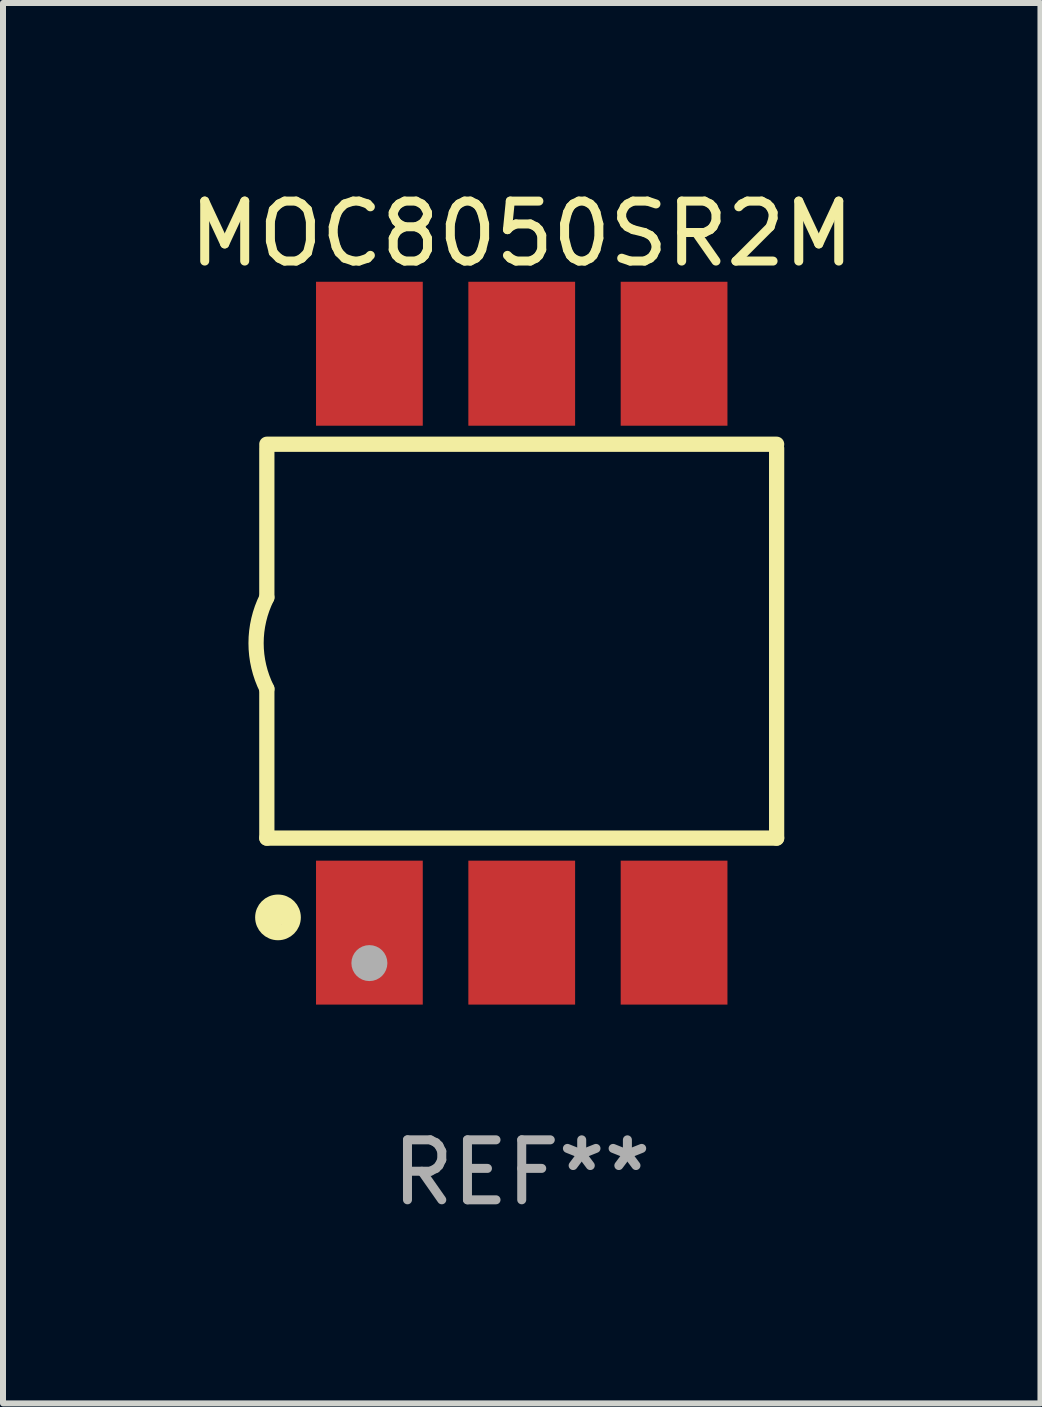
<source format=kicad_pcb>
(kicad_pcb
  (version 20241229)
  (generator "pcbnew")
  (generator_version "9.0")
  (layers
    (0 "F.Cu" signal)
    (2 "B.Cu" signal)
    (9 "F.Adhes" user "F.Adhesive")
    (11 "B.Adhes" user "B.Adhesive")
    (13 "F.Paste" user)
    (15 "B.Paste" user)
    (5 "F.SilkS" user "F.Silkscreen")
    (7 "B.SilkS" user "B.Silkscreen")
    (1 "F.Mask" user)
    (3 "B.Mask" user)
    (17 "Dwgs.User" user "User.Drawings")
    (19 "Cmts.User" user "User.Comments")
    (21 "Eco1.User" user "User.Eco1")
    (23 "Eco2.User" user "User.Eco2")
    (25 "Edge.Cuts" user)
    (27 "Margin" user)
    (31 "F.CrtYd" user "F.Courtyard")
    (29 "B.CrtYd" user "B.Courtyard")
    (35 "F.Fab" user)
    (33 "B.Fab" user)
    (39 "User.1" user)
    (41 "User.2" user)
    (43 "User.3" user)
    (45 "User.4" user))
  (footprint "MOC8050SR2M"
    (layer "F.Cu")
    (at 5.649 7.674)
    (property "Reference" "MOC8050SR2M" (at 0 -6.826 0) (layer "F.SilkS") (effects (font (size 1 1) (thickness 0.15))))
    (attr through_hole)
    (fp_line (start -4.25 -3.317) (end 4.25 -3.317) (stroke (width 0.254) (type solid)) (layer "F.SilkS"))
    (fp_line (start -4.25 -3.25) (end -4.25 -0.762) (stroke (width 0.254) (type solid)) (layer "F.SilkS"))
    (fp_line (start -4.25 3.25) (end -4.25 0.762) (stroke (width 0.254) (type solid)) (layer "F.SilkS"))
    (fp_line (start 4.25 -3.25) (end 4.25 3.25) (stroke (width 0.254) (type solid)) (layer "F.SilkS"))
    (fp_line (start 4.25 3.25) (end -4.25 3.25) (stroke (width 0.254) (type solid)) (layer "F.SilkS"))
    (fp_arc (start -4.249429 0.762001) (mid -4.429513 0.000068) (end -4.250013 -0.762002) (stroke (width 0.254001) (type solid)) (layer "F.SilkS"))
    (fp_circle (center -4.123 4.473) (end -3.996 4.473) (stroke (width 0.254) (type solid)) (fill no) (layer "F.SilkS"))
    (fp_circle (center -4.064 4.572) (end -3.81 4.572) (stroke (width 0.254) (type solid)) (fill no) (layer "F.SilkS"))
    (fp_circle (center -2.54 5.334) (end -2.39 5.334) (stroke (width 0.3) (type solid)) (fill no) (layer "F.Fab"))
    (fp_text user "REF**" (at 0 8.826 0) (layer "F.Fab") (effects (font (size 1 1) (thickness 0.15))))
    (pad "1" smd rect (at -2.54 4.826) (size 1.78 2.4) (layers "F.Cu" "F.Mask" "F.Paste"))
    (pad "2" smd rect (at 0 4.826) (size 1.78 2.4) (layers "F.Cu" "F.Mask" "F.Paste"))
    (pad "3" smd rect (at 2.54 4.826) (size 1.78 2.4) (layers "F.Cu" "F.Mask" "F.Paste"))
    (pad "4" smd rect (at 2.54 -4.826) (size 1.78 2.4) (layers "F.Cu" "F.Mask" "F.Paste"))
    (pad "5" smd rect (at 0 -4.826) (size 1.78 2.4) (layers "F.Cu" "F.Mask" "F.Paste"))
    (pad "6" smd rect (at -2.54 -4.826) (size 1.78 2.4) (layers "F.Cu" "F.Mask" "F.Paste")))
  (gr_rect
    (start -3 -3)
    (end 14.298 20.349)
    (stroke (width 0.1) (type default))
    (fill no)
    (layer "Edge.Cuts")))
</source>
